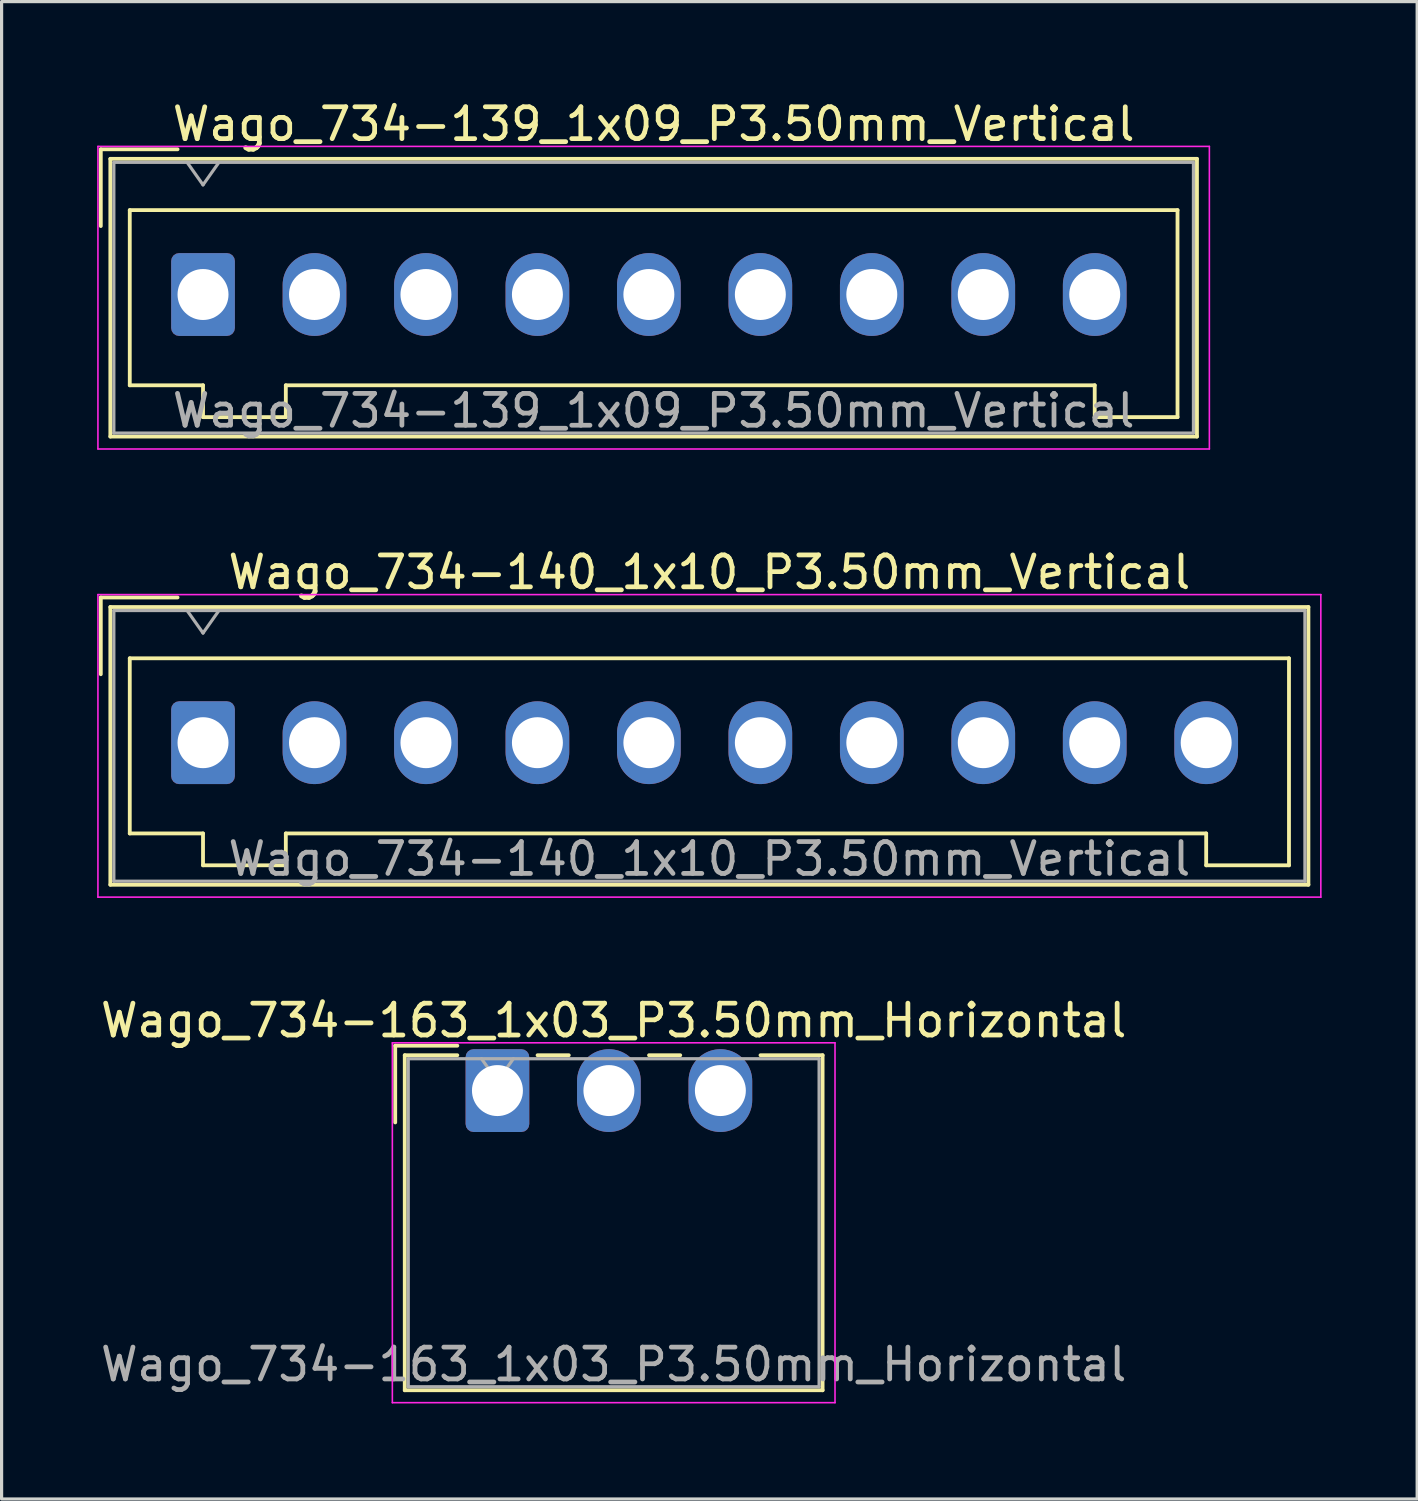
<source format=kicad_pcb>
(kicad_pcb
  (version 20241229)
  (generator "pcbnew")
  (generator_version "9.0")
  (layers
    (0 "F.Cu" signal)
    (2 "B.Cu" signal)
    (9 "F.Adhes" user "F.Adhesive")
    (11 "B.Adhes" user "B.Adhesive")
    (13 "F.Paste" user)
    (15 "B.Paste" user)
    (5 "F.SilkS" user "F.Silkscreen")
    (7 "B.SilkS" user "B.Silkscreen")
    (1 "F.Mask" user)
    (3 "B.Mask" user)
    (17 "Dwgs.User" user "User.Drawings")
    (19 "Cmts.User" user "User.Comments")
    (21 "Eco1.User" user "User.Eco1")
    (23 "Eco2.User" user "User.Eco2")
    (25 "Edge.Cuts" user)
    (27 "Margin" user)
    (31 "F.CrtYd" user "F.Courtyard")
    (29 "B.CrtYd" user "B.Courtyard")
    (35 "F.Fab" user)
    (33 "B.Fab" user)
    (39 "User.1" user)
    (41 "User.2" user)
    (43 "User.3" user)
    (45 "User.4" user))
  (footprint "Wago_734-140_1x10_P3.50mm_Vertical"
    (layer "F.Cu")
    (at 3.325 20.271)
    (property "Reference" "Wago_734-140_1x10_P3.50mm_Vertical" (at 15.9 -5.35 0) (layer "F.SilkS") (effects (font (size 1 1) (thickness 0.15))))
    (attr through_hole)
    (fp_line (start -3.21 -4.56) (end -0.8 -4.56) (stroke (width 0.12) (type solid)) (layer "F.SilkS"))
    (fp_line (start -3.21 -2.15) (end -3.21 -4.56) (stroke (width 0.12) (type solid)) (layer "F.SilkS"))
    (fp_line (start -2.91 -4.26) (end -2.91 4.46) (stroke (width 0.12) (type solid)) (layer "F.SilkS"))
    (fp_line (start -2.91 4.46) (end 34.71 4.46) (stroke (width 0.12) (type solid)) (layer "F.SilkS"))
    (fp_line (start -2.3 -2.65) (end -2.3 2.85) (stroke (width 0.12) (type solid)) (layer "F.SilkS"))
    (fp_line (start -2.3 2.85) (end 0 2.85) (stroke (width 0.12) (type solid)) (layer "F.SilkS"))
    (fp_line (start 0 2.85) (end 0 3.85) (stroke (width 0.12) (type solid)) (layer "F.SilkS"))
    (fp_line (start 0 3.85) (end 2.6 3.85) (stroke (width 0.12) (type solid)) (layer "F.SilkS"))
    (fp_line (start 2.6 2.85) (end 31.5 2.85) (stroke (width 0.12) (type solid)) (layer "F.SilkS"))
    (fp_line (start 2.6 3.85) (end 2.6 2.85) (stroke (width 0.12) (type solid)) (layer "F.SilkS"))
    (fp_line (start 31.5 2.85) (end 31.5 3.85) (stroke (width 0.12) (type solid)) (layer "F.SilkS"))
    (fp_line (start 31.5 3.85) (end 34.1 3.85) (stroke (width 0.12) (type solid)) (layer "F.SilkS"))
    (fp_line (start 34.1 -2.65) (end -2.3 -2.65) (stroke (width 0.12) (type solid)) (layer "F.SilkS"))
    (fp_line (start 34.1 3.85) (end 34.1 -2.65) (stroke (width 0.12) (type solid)) (layer "F.SilkS"))
    (fp_line (start 34.71 -4.26) (end -2.91 -4.26) (stroke (width 0.12) (type solid)) (layer "F.SilkS"))
    (fp_line (start 34.71 4.46) (end 34.71 -4.26) (stroke (width 0.12) (type solid)) (layer "F.SilkS"))
    (fp_line (start -3.3 -4.65) (end -3.3 4.85) (stroke (width 0.05) (type solid)) (layer "F.CrtYd"))
    (fp_line (start -3.3 4.85) (end 35.1 4.85) (stroke (width 0.05) (type solid)) (layer "F.CrtYd"))
    (fp_line (start 35.1 -4.65) (end -3.3 -4.65) (stroke (width 0.05) (type solid)) (layer "F.CrtYd"))
    (fp_line (start 35.1 4.85) (end 35.1 -4.65) (stroke (width 0.05) (type solid)) (layer "F.CrtYd"))
    (fp_line (start -2.8 -4.15) (end -2.8 4.35) (stroke (width 0.1) (type solid)) (layer "F.Fab"))
    (fp_line (start -2.8 4.35) (end 34.6 4.35) (stroke (width 0.1) (type solid)) (layer "F.Fab"))
    (fp_line (start -0.5 -4.15) (end 0 -3.443) (stroke (width 0.1) (type solid)) (layer "F.Fab"))
    (fp_line (start 0 -3.443) (end 0.5 -4.15) (stroke (width 0.1) (type solid)) (layer "F.Fab"))
    (fp_line (start 34.6 -4.15) (end -2.8 -4.15) (stroke (width 0.1) (type solid)) (layer "F.Fab"))
    (fp_line (start 34.6 4.35) (end 34.6 -4.15) (stroke (width 0.1) (type solid)) (layer "F.Fab"))
    (fp_text user "${REFERENCE}" (at 15.9 3.65 0) (layer "F.Fab") (effects (font (size 1 1) (thickness 0.15))))
    (pad "1" thru_hole roundrect (at 0 0) (size 2 2.6) (drill 1.6) (layers "*.Cu" "*.Mask") (roundrect_rratio 0.125))
    (pad "2" thru_hole oval (at 3.5 0) (size 2 2.6) (drill 1.6) (layers "*.Cu" "*.Mask"))
    (pad "3" thru_hole oval (at 7 0) (size 2 2.6) (drill 1.6) (layers "*.Cu" "*.Mask"))
    (pad "4" thru_hole oval (at 10.5 0) (size 2 2.6) (drill 1.6) (layers "*.Cu" "*.Mask"))
    (pad "5" thru_hole oval (at 14 0) (size 2 2.6) (drill 1.6) (layers "*.Cu" "*.Mask"))
    (pad "6" thru_hole oval (at 17.5 0) (size 2 2.6) (drill 1.6) (layers "*.Cu" "*.Mask"))
    (pad "7" thru_hole oval (at 21 0) (size 2 2.6) (drill 1.6) (layers "*.Cu" "*.Mask"))
    (pad "8" thru_hole oval (at 24.5 0) (size 2 2.6) (drill 1.6) (layers "*.Cu" "*.Mask"))
    (pad "9" thru_hole oval (at 28 0) (size 2 2.6) (drill 1.6) (layers "*.Cu" "*.Mask"))
    (pad "10" thru_hole oval (at 31.5 0) (size 2 2.6) (drill 1.6) (layers "*.Cu" "*.Mask")))
  (footprint "Wago_734-163_1x03_P3.50mm_Horizontal"
    (layer "F.Cu")
    (at 12.57 31.195)
    (property "Reference" "Wago_734-163_1x03_P3.50mm_Horizontal" (at 3.65 -2.2 0) (layer "F.SilkS") (effects (font (size 1 1) (thickness 0.15))))
    (attr through_hole)
    (fp_line (start -3.21 -1.41) (end -1.26 -1.41) (stroke (width 0.12) (type solid)) (layer "F.SilkS"))
    (fp_line (start -3.21 1) (end -3.21 -1.41) (stroke (width 0.12) (type solid)) (layer "F.SilkS"))
    (fp_line (start -2.91 -1.11) (end -2.91 9.41) (stroke (width 0.12) (type solid)) (layer "F.SilkS"))
    (fp_line (start -2.91 9.41) (end 10.21 9.41) (stroke (width 0.12) (type solid)) (layer "F.SilkS"))
    (fp_line (start -1.26 -1.11) (end -2.91 -1.11) (stroke (width 0.12) (type solid)) (layer "F.SilkS"))
    (fp_line (start 1.26 -1.11) (end 2.24 -1.11) (stroke (width 0.12) (type solid)) (layer "F.SilkS"))
    (fp_line (start 4.76 -1.11) (end 5.74 -1.11) (stroke (width 0.12) (type solid)) (layer "F.SilkS"))
    (fp_line (start 10.21 -1.11) (end 8.26 -1.11) (stroke (width 0.12) (type solid)) (layer "F.SilkS"))
    (fp_line (start 10.21 9.41) (end 10.21 -1.11) (stroke (width 0.12) (type solid)) (layer "F.SilkS"))
    (fp_line (start -3.3 -1.5) (end -3.3 9.8) (stroke (width 0.05) (type solid)) (layer "F.CrtYd"))
    (fp_line (start -3.3 9.8) (end 10.6 9.8) (stroke (width 0.05) (type solid)) (layer "F.CrtYd"))
    (fp_line (start 10.6 -1.5) (end -3.3 -1.5) (stroke (width 0.05) (type solid)) (layer "F.CrtYd"))
    (fp_line (start 10.6 9.8) (end 10.6 -1.5) (stroke (width 0.05) (type solid)) (layer "F.CrtYd"))
    (fp_line (start -2.8 -1) (end -2.8 9.3) (stroke (width 0.1) (type solid)) (layer "F.Fab"))
    (fp_line (start -2.8 9.3) (end 10.1 9.3) (stroke (width 0.1) (type solid)) (layer "F.Fab"))
    (fp_line (start -0.5 -1) (end 0 -0.293) (stroke (width 0.1) (type solid)) (layer "F.Fab"))
    (fp_line (start 0 -0.293) (end 0.5 -1) (stroke (width 0.1) (type solid)) (layer "F.Fab"))
    (fp_line (start 10.1 -1) (end -2.8 -1) (stroke (width 0.1) (type solid)) (layer "F.Fab"))
    (fp_line (start 10.1 9.3) (end 10.1 -1) (stroke (width 0.1) (type solid)) (layer "F.Fab"))
    (fp_text user "${REFERENCE}" (at 3.65 8.6 0) (layer "F.Fab") (effects (font (size 1 1) (thickness 0.15))))
    (pad "1" thru_hole roundrect (at 0 0) (size 2 2.6) (drill 1.6) (layers "*.Cu" "*.Mask") (roundrect_rratio 0.125))
    (pad "2" thru_hole oval (at 3.5 0) (size 2 2.6) (drill 1.6) (layers "*.Cu" "*.Mask"))
    (pad "3" thru_hole oval (at 7 0) (size 2 2.6) (drill 1.6) (layers "*.Cu" "*.Mask")))
  (footprint "Wago_734-139_1x09_P3.50mm_Vertical"
    (layer "F.Cu")
    (at 3.325 6.198)
    (property "Reference" "Wago_734-139_1x09_P3.50mm_Vertical" (at 14.15 -5.35 0) (layer "F.SilkS") (effects (font (size 1 1) (thickness 0.15))))
    (attr through_hole)
    (fp_line (start -3.21 -4.56) (end -0.8 -4.56) (stroke (width 0.12) (type solid)) (layer "F.SilkS"))
    (fp_line (start -3.21 -2.15) (end -3.21 -4.56) (stroke (width 0.12) (type solid)) (layer "F.SilkS"))
    (fp_line (start -2.91 -4.26) (end -2.91 4.46) (stroke (width 0.12) (type solid)) (layer "F.SilkS"))
    (fp_line (start -2.91 4.46) (end 31.21 4.46) (stroke (width 0.12) (type solid)) (layer "F.SilkS"))
    (fp_line (start -2.3 -2.65) (end -2.3 2.85) (stroke (width 0.12) (type solid)) (layer "F.SilkS"))
    (fp_line (start -2.3 2.85) (end 0 2.85) (stroke (width 0.12) (type solid)) (layer "F.SilkS"))
    (fp_line (start 0 2.85) (end 0 3.85) (stroke (width 0.12) (type solid)) (layer "F.SilkS"))
    (fp_line (start 0 3.85) (end 2.6 3.85) (stroke (width 0.12) (type solid)) (layer "F.SilkS"))
    (fp_line (start 2.6 2.85) (end 28 2.85) (stroke (width 0.12) (type solid)) (layer "F.SilkS"))
    (fp_line (start 2.6 3.85) (end 2.6 2.85) (stroke (width 0.12) (type solid)) (layer "F.SilkS"))
    (fp_line (start 28 2.85) (end 28 3.85) (stroke (width 0.12) (type solid)) (layer "F.SilkS"))
    (fp_line (start 28 3.85) (end 30.6 3.85) (stroke (width 0.12) (type solid)) (layer "F.SilkS"))
    (fp_line (start 30.6 -2.65) (end -2.3 -2.65) (stroke (width 0.12) (type solid)) (layer "F.SilkS"))
    (fp_line (start 30.6 3.85) (end 30.6 -2.65) (stroke (width 0.12) (type solid)) (layer "F.SilkS"))
    (fp_line (start 31.21 -4.26) (end -2.91 -4.26) (stroke (width 0.12) (type solid)) (layer "F.SilkS"))
    (fp_line (start 31.21 4.46) (end 31.21 -4.26) (stroke (width 0.12) (type solid)) (layer "F.SilkS"))
    (fp_line (start -3.3 -4.65) (end -3.3 4.85) (stroke (width 0.05) (type solid)) (layer "F.CrtYd"))
    (fp_line (start -3.3 4.85) (end 31.6 4.85) (stroke (width 0.05) (type solid)) (layer "F.CrtYd"))
    (fp_line (start 31.6 -4.65) (end -3.3 -4.65) (stroke (width 0.05) (type solid)) (layer "F.CrtYd"))
    (fp_line (start 31.6 4.85) (end 31.6 -4.65) (stroke (width 0.05) (type solid)) (layer "F.CrtYd"))
    (fp_line (start -2.8 -4.15) (end -2.8 4.35) (stroke (width 0.1) (type solid)) (layer "F.Fab"))
    (fp_line (start -2.8 4.35) (end 31.1 4.35) (stroke (width 0.1) (type solid)) (layer "F.Fab"))
    (fp_line (start -0.5 -4.15) (end 0 -3.443) (stroke (width 0.1) (type solid)) (layer "F.Fab"))
    (fp_line (start 0 -3.443) (end 0.5 -4.15) (stroke (width 0.1) (type solid)) (layer "F.Fab"))
    (fp_line (start 31.1 -4.15) (end -2.8 -4.15) (stroke (width 0.1) (type solid)) (layer "F.Fab"))
    (fp_line (start 31.1 4.35) (end 31.1 -4.15) (stroke (width 0.1) (type solid)) (layer "F.Fab"))
    (fp_text user "${REFERENCE}" (at 14.15 3.65 0) (layer "F.Fab") (effects (font (size 1 1) (thickness 0.15))))
    (pad "1" thru_hole roundrect (at 0 0) (size 2 2.6) (drill 1.6) (layers "*.Cu" "*.Mask") (roundrect_rratio 0.125))
    (pad "2" thru_hole oval (at 3.5 0) (size 2 2.6) (drill 1.6) (layers "*.Cu" "*.Mask"))
    (pad "3" thru_hole oval (at 7 0) (size 2 2.6) (drill 1.6) (layers "*.Cu" "*.Mask"))
    (pad "4" thru_hole oval (at 10.5 0) (size 2 2.6) (drill 1.6) (layers "*.Cu" "*.Mask"))
    (pad "5" thru_hole oval (at 14 0) (size 2 2.6) (drill 1.6) (layers "*.Cu" "*.Mask"))
    (pad "6" thru_hole oval (at 17.5 0) (size 2 2.6) (drill 1.6) (layers "*.Cu" "*.Mask"))
    (pad "7" thru_hole oval (at 21 0) (size 2 2.6) (drill 1.6) (layers "*.Cu" "*.Mask"))
    (pad "8" thru_hole oval (at 24.5 0) (size 2 2.6) (drill 1.6) (layers "*.Cu" "*.Mask"))
    (pad "9" thru_hole oval (at 28 0) (size 2 2.6) (drill 1.6) (layers "*.Cu" "*.Mask")))
  (gr_rect
    (start -3 -3)
    (end 41.45 44.02)
    (stroke (width 0.1) (type default))
    (fill no)
    (layer "Edge.Cuts")))
</source>
